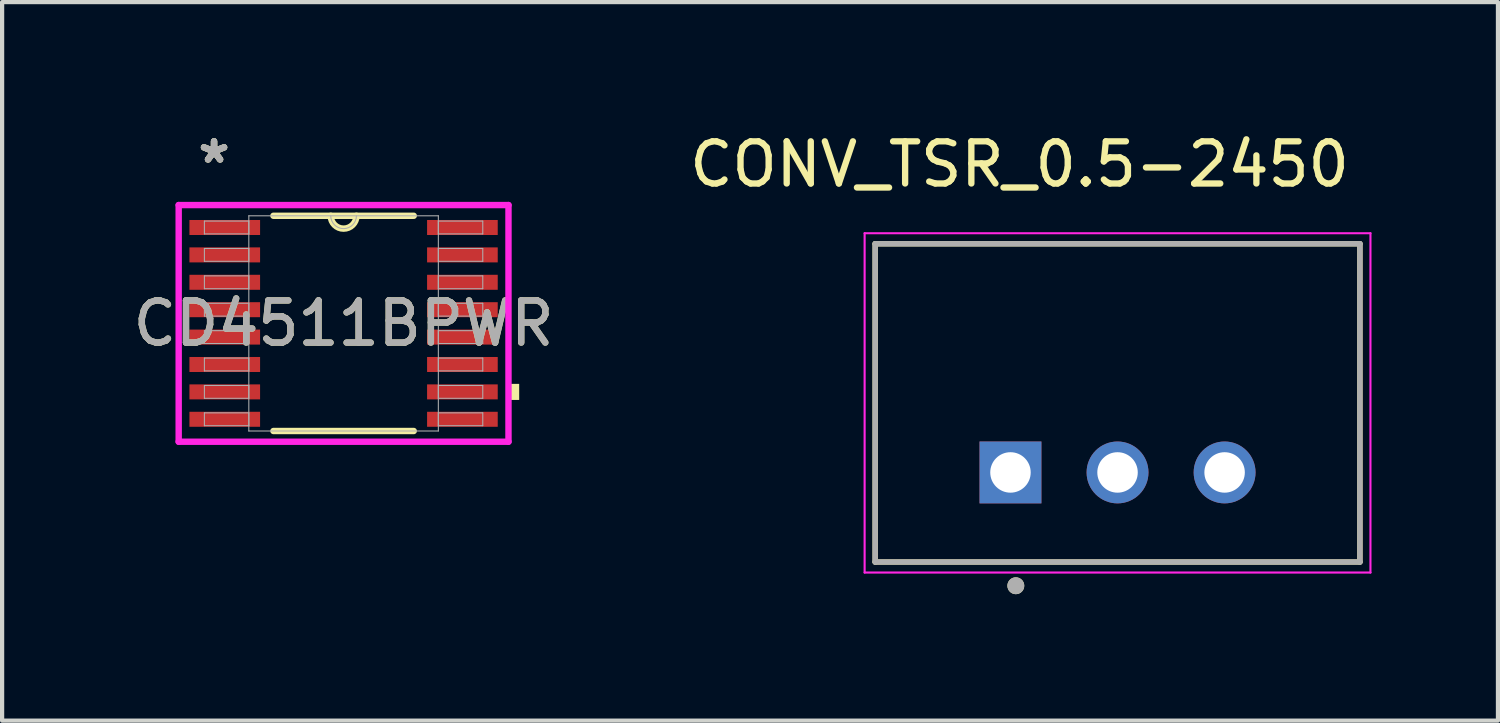
<source format=kicad_pcb>
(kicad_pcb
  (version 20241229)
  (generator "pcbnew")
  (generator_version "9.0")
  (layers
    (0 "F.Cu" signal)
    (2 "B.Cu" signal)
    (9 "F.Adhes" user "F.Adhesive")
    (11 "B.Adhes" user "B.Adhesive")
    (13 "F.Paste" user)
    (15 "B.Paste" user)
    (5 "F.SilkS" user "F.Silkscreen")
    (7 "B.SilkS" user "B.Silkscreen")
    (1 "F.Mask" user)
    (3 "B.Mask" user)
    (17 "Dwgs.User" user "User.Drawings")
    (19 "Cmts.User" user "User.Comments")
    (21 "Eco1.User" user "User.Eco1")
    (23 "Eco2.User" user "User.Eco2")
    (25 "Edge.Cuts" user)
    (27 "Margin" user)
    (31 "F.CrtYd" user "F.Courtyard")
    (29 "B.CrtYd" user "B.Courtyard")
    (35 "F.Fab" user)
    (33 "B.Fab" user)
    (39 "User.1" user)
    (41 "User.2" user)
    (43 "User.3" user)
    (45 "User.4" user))
  (footprint "CD4511BPWR"
    (layer "F.Cu")
    (at 5.101 4.622)
    (property "Reference" "CD4511BPWR" (at 0 0 0) (unlocked yes) (layer "F.SilkS") (effects (font (size 1 1) (thickness 0.15))))
    (attr smd)
    (fp_line (start -1.664 2.553) (end 1.664 2.553) (stroke (width 0.152) (type solid)) (layer "F.SilkS"))
    (fp_line (start 1.664 -2.553) (end -1.664 -2.553) (stroke (width 0.152) (type solid)) (layer "F.SilkS"))
    (fp_arc (start 0.3048 -2.5527) (mid 0 -2.2479) (end -0.3048 -2.5527) (stroke (width 0.1524) (type solid)) (layer "F.SilkS"))
    (fp_poly (pts (xy 4.166 1.435) (xy 4.166 1.816) (xy 3.912 1.816) (xy 3.912 1.435)) (stroke (width 0) (type solid)) (fill yes) (layer "F.SilkS"))
    (fp_line (start -3.912 -2.807) (end 3.912 -2.807) (stroke (width 0.152) (type solid)) (layer "F.CrtYd"))
    (fp_line (start -3.912 2.807) (end -3.912 -2.807) (stroke (width 0.152) (type solid)) (layer "F.CrtYd"))
    (fp_line (start 3.912 -2.807) (end 3.912 2.807) (stroke (width 0.152) (type solid)) (layer "F.CrtYd"))
    (fp_line (start 3.912 2.807) (end -3.912 2.807) (stroke (width 0.152) (type solid)) (layer "F.CrtYd"))
    (fp_line (start -3.302 -2.427) (end -3.302 -2.123) (stroke (width 0.025) (type solid)) (layer "F.Fab"))
    (fp_line (start -3.302 -2.123) (end -2.248 -2.123) (stroke (width 0.025) (type solid)) (layer "F.Fab"))
    (fp_line (start -3.302 -1.777) (end -3.302 -1.473) (stroke (width 0.025) (type solid)) (layer "F.Fab"))
    (fp_line (start -3.302 -1.473) (end -2.248 -1.473) (stroke (width 0.025) (type solid)) (layer "F.Fab"))
    (fp_line (start -3.302 -1.127) (end -3.302 -0.823) (stroke (width 0.025) (type solid)) (layer "F.Fab"))
    (fp_line (start -3.302 -0.823) (end -2.248 -0.823) (stroke (width 0.025) (type solid)) (layer "F.Fab"))
    (fp_line (start -3.302 -0.477) (end -3.302 -0.173) (stroke (width 0.025) (type solid)) (layer "F.Fab"))
    (fp_line (start -3.302 -0.173) (end -2.248 -0.173) (stroke (width 0.025) (type solid)) (layer "F.Fab"))
    (fp_line (start -3.302 0.173) (end -3.302 0.477) (stroke (width 0.025) (type solid)) (layer "F.Fab"))
    (fp_line (start -3.302 0.477) (end -2.248 0.477) (stroke (width 0.025) (type solid)) (layer "F.Fab"))
    (fp_line (start -3.302 0.823) (end -3.302 1.127) (stroke (width 0.025) (type solid)) (layer "F.Fab"))
    (fp_line (start -3.302 1.127) (end -2.248 1.127) (stroke (width 0.025) (type solid)) (layer "F.Fab"))
    (fp_line (start -3.302 1.473) (end -3.302 1.777) (stroke (width 0.025) (type solid)) (layer "F.Fab"))
    (fp_line (start -3.302 1.777) (end -2.248 1.777) (stroke (width 0.025) (type solid)) (layer "F.Fab"))
    (fp_line (start -3.302 2.123) (end -3.302 2.427) (stroke (width 0.025) (type solid)) (layer "F.Fab"))
    (fp_line (start -3.302 2.427) (end -2.248 2.427) (stroke (width 0.025) (type solid)) (layer "F.Fab"))
    (fp_line (start -2.248 -2.553) (end -2.248 2.553) (stroke (width 0.025) (type solid)) (layer "F.Fab"))
    (fp_line (start -2.248 -2.427) (end -3.302 -2.427) (stroke (width 0.025) (type solid)) (layer "F.Fab"))
    (fp_line (start -2.248 -2.123) (end -2.248 -2.427) (stroke (width 0.025) (type solid)) (layer "F.Fab"))
    (fp_line (start -2.248 -1.777) (end -3.302 -1.777) (stroke (width 0.025) (type solid)) (layer "F.Fab"))
    (fp_line (start -2.248 -1.473) (end -2.248 -1.777) (stroke (width 0.025) (type solid)) (layer "F.Fab"))
    (fp_line (start -2.248 -1.127) (end -3.302 -1.127) (stroke (width 0.025) (type solid)) (layer "F.Fab"))
    (fp_line (start -2.248 -0.823) (end -2.248 -1.127) (stroke (width 0.025) (type solid)) (layer "F.Fab"))
    (fp_line (start -2.248 -0.477) (end -3.302 -0.477) (stroke (width 0.025) (type solid)) (layer "F.Fab"))
    (fp_line (start -2.248 -0.173) (end -2.248 -0.477) (stroke (width 0.025) (type solid)) (layer "F.Fab"))
    (fp_line (start -2.248 0.173) (end -3.302 0.173) (stroke (width 0.025) (type solid)) (layer "F.Fab"))
    (fp_line (start -2.248 0.477) (end -2.248 0.173) (stroke (width 0.025) (type solid)) (layer "F.Fab"))
    (fp_line (start -2.248 0.823) (end -3.302 0.823) (stroke (width 0.025) (type solid)) (layer "F.Fab"))
    (fp_line (start -2.248 1.127) (end -2.248 0.823) (stroke (width 0.025) (type solid)) (layer "F.Fab"))
    (fp_line (start -2.248 1.473) (end -3.302 1.473) (stroke (width 0.025) (type solid)) (layer "F.Fab"))
    (fp_line (start -2.248 1.777) (end -2.248 1.473) (stroke (width 0.025) (type solid)) (layer "F.Fab"))
    (fp_line (start -2.248 2.123) (end -3.302 2.123) (stroke (width 0.025) (type solid)) (layer "F.Fab"))
    (fp_line (start -2.248 2.427) (end -2.248 2.123) (stroke (width 0.025) (type solid)) (layer "F.Fab"))
    (fp_line (start -2.248 2.553) (end 2.248 2.553) (stroke (width 0.025) (type solid)) (layer "F.Fab"))
    (fp_line (start 2.248 -2.553) (end -2.248 -2.553) (stroke (width 0.025) (type solid)) (layer "F.Fab"))
    (fp_line (start 2.248 -2.427) (end 2.248 -2.123) (stroke (width 0.025) (type solid)) (layer "F.Fab"))
    (fp_line (start 2.248 -2.123) (end 3.302 -2.123) (stroke (width 0.025) (type solid)) (layer "F.Fab"))
    (fp_line (start 2.248 -1.777) (end 2.248 -1.473) (stroke (width 0.025) (type solid)) (layer "F.Fab"))
    (fp_line (start 2.248 -1.473) (end 3.302 -1.473) (stroke (width 0.025) (type solid)) (layer "F.Fab"))
    (fp_line (start 2.248 -1.127) (end 2.248 -0.823) (stroke (width 0.025) (type solid)) (layer "F.Fab"))
    (fp_line (start 2.248 -0.823) (end 3.302 -0.823) (stroke (width 0.025) (type solid)) (layer "F.Fab"))
    (fp_line (start 2.248 -0.477) (end 2.248 -0.173) (stroke (width 0.025) (type solid)) (layer "F.Fab"))
    (fp_line (start 2.248 -0.173) (end 3.302 -0.173) (stroke (width 0.025) (type solid)) (layer "F.Fab"))
    (fp_line (start 2.248 0.173) (end 2.248 0.477) (stroke (width 0.025) (type solid)) (layer "F.Fab"))
    (fp_line (start 2.248 0.477) (end 3.302 0.477) (stroke (width 0.025) (type solid)) (layer "F.Fab"))
    (fp_line (start 2.248 0.823) (end 2.248 1.127) (stroke (width 0.025) (type solid)) (layer "F.Fab"))
    (fp_line (start 2.248 1.127) (end 3.302 1.127) (stroke (width 0.025) (type solid)) (layer "F.Fab"))
    (fp_line (start 2.248 1.473) (end 2.248 1.777) (stroke (width 0.025) (type solid)) (layer "F.Fab"))
    (fp_line (start 2.248 1.777) (end 3.302 1.777) (stroke (width 0.025) (type solid)) (layer "F.Fab"))
    (fp_line (start 2.248 2.123) (end 2.248 2.427) (stroke (width 0.025) (type solid)) (layer "F.Fab"))
    (fp_line (start 2.248 2.427) (end 3.302 2.427) (stroke (width 0.025) (type solid)) (layer "F.Fab"))
    (fp_line (start 2.248 2.553) (end 2.248 -2.553) (stroke (width 0.025) (type solid)) (layer "F.Fab"))
    (fp_line (start 3.302 -2.427) (end 2.248 -2.427) (stroke (width 0.025) (type solid)) (layer "F.Fab"))
    (fp_line (start 3.302 -2.123) (end 3.302 -2.427) (stroke (width 0.025) (type solid)) (layer "F.Fab"))
    (fp_line (start 3.302 -1.777) (end 2.248 -1.777) (stroke (width 0.025) (type solid)) (layer "F.Fab"))
    (fp_line (start 3.302 -1.473) (end 3.302 -1.777) (stroke (width 0.025) (type solid)) (layer "F.Fab"))
    (fp_line (start 3.302 -1.127) (end 2.248 -1.127) (stroke (width 0.025) (type solid)) (layer "F.Fab"))
    (fp_line (start 3.302 -0.823) (end 3.302 -1.127) (stroke (width 0.025) (type solid)) (layer "F.Fab"))
    (fp_line (start 3.302 -0.477) (end 2.248 -0.477) (stroke (width 0.025) (type solid)) (layer "F.Fab"))
    (fp_line (start 3.302 -0.173) (end 3.302 -0.477) (stroke (width 0.025) (type solid)) (layer "F.Fab"))
    (fp_line (start 3.302 0.173) (end 2.248 0.173) (stroke (width 0.025) (type solid)) (layer "F.Fab"))
    (fp_line (start 3.302 0.477) (end 3.302 0.173) (stroke (width 0.025) (type solid)) (layer "F.Fab"))
    (fp_line (start 3.302 0.823) (end 2.248 0.823) (stroke (width 0.025) (type solid)) (layer "F.Fab"))
    (fp_line (start 3.302 1.127) (end 3.302 0.823) (stroke (width 0.025) (type solid)) (layer "F.Fab"))
    (fp_line (start 3.302 1.473) (end 2.248 1.473) (stroke (width 0.025) (type solid)) (layer "F.Fab"))
    (fp_line (start 3.302 1.777) (end 3.302 1.473) (stroke (width 0.025) (type solid)) (layer "F.Fab"))
    (fp_line (start 3.302 2.123) (end 2.248 2.123) (stroke (width 0.025) (type solid)) (layer "F.Fab"))
    (fp_line (start 3.302 2.427) (end 3.302 2.123) (stroke (width 0.025) (type solid)) (layer "F.Fab"))
    (fp_arc (start 0.3048 -2.5527) (mid 0 -2.2479) (end -0.3048 -2.5527) (stroke (width 0.0254) (type solid)) (layer "F.Fab"))
    (fp_text user "*" (at -3.073 -3.774 0) (layer "F.SilkS") (effects (font (size 1 1) (thickness 0.15))))
    (fp_text user "*" (at -3.073 -3.774 0) (unlocked yes) (layer "F.SilkS") (effects (font (size 1 1) (thickness 0.15))))
    (fp_text user "${REFERENCE}" (at 0 0 0) (unlocked yes) (layer "F.Fab") (effects (font (size 1 1) (thickness 0.15))))
    (fp_text user "*" (at -3.073 -3.774 0) (layer "F.Fab") (effects (font (size 1 1) (thickness 0.15))))
    (fp_text user "*" (at -3.073 -3.774 0) (unlocked yes) (layer "F.Fab") (effects (font (size 1 1) (thickness 0.15))))
    (pad "1" smd rect (at -2.819 -2.275) (size 1.676 0.356) (layers "F.Cu" "F.Mask" "F.Paste"))
    (pad "2" smd rect (at -2.819 -1.625) (size 1.676 0.356) (layers "F.Cu" "F.Mask" "F.Paste"))
    (pad "3" smd rect (at -2.819 -0.975) (size 1.676 0.356) (layers "F.Cu" "F.Mask" "F.Paste"))
    (pad "4" smd rect (at -2.819 -0.325) (size 1.676 0.356) (layers "F.Cu" "F.Mask" "F.Paste"))
    (pad "5" smd rect (at -2.819 0.325) (size 1.676 0.356) (layers "F.Cu" "F.Mask" "F.Paste"))
    (pad "6" smd rect (at -2.819 0.975) (size 1.676 0.356) (layers "F.Cu" "F.Mask" "F.Paste"))
    (pad "7" smd rect (at -2.819 1.625) (size 1.676 0.356) (layers "F.Cu" "F.Mask" "F.Paste"))
    (pad "8" smd rect (at -2.819 2.275) (size 1.676 0.356) (layers "F.Cu" "F.Mask" "F.Paste"))
    (pad "9" smd rect (at 2.819 2.275) (size 1.676 0.356) (layers "F.Cu" "F.Mask" "F.Paste"))
    (pad "10" smd rect (at 2.819 1.625) (size 1.676 0.356) (layers "F.Cu" "F.Mask" "F.Paste"))
    (pad "11" smd rect (at 2.819 0.975) (size 1.676 0.356) (layers "F.Cu" "F.Mask" "F.Paste"))
    (pad "12" smd rect (at 2.819 0.325) (size 1.676 0.356) (layers "F.Cu" "F.Mask" "F.Paste"))
    (pad "13" smd rect (at 2.819 -0.325) (size 1.676 0.356) (layers "F.Cu" "F.Mask" "F.Paste"))
    (pad "14" smd rect (at 2.819 -0.975) (size 1.676 0.356) (layers "F.Cu" "F.Mask" "F.Paste"))
    (pad "15" smd rect (at 2.819 -1.625) (size 1.676 0.356) (layers "F.Cu" "F.Mask" "F.Paste"))
    (pad "16" smd rect (at 2.819 -2.275) (size 1.676 0.356) (layers "F.Cu" "F.Mask" "F.Paste")))
  (footprint "CONV_TSR_0.5-2450"
    (layer "F.Cu")
    (at 23.462 6.508)
    (property "Reference" "CONV_TSR_0.5-2450" (at -2.325 -5.66 0) (layer "F.SilkS") (effects (font (size 1 1) (thickness 0.15))))
    (attr through_hole)
    (fp_line (start -5.75 -3.775) (end 5.75 -3.775) (stroke (width 0.127) (type solid)) (layer "F.SilkS"))
    (fp_line (start -5.75 3.775) (end -5.75 -3.775) (stroke (width 0.127) (type solid)) (layer "F.SilkS"))
    (fp_line (start 5.75 -3.775) (end 5.75 3.775) (stroke (width 0.127) (type solid)) (layer "F.SilkS"))
    (fp_line (start 5.75 3.775) (end -5.75 3.775) (stroke (width 0.127) (type solid)) (layer "F.SilkS"))
    (fp_circle (center -2.413 4.338) (end -2.313 4.338) (stroke (width 0.2) (type solid)) (fill no) (layer "F.SilkS"))
    (fp_line (start -6 -4.025) (end -6 4.025) (stroke (width 0.05) (type solid)) (layer "F.CrtYd"))
    (fp_line (start -6 4.025) (end 6 4.025) (stroke (width 0.05) (type solid)) (layer "F.CrtYd"))
    (fp_line (start 6 -4.025) (end -6 -4.025) (stroke (width 0.05) (type solid)) (layer "F.CrtYd"))
    (fp_line (start 6 4.025) (end 6 -4.025) (stroke (width 0.05) (type solid)) (layer "F.CrtYd"))
    (fp_line (start -5.75 -3.775) (end 5.75 -3.775) (stroke (width 0.127) (type solid)) (layer "F.Fab"))
    (fp_line (start -5.75 3.775) (end -5.75 -3.775) (stroke (width 0.127) (type solid)) (layer "F.Fab"))
    (fp_line (start 5.75 -3.775) (end 5.75 3.775) (stroke (width 0.127) (type solid)) (layer "F.Fab"))
    (fp_line (start 5.75 3.775) (end -5.75 3.775) (stroke (width 0.127) (type solid)) (layer "F.Fab"))
    (fp_circle (center -2.413 4.338) (end -2.313 4.338) (stroke (width 0.2) (type solid)) (fill no) (layer "F.Fab"))
    (pad "1" thru_hole rect (at -2.54 1.65) (size 1.468 1.468) (drill 0.96) (layers "*.Cu" "*.Mask"))
    (pad "2" thru_hole circle (at 0 1.65) (size 1.468 1.468) (drill 0.96) (layers "*.Cu" "*.Mask"))
    (pad "3" thru_hole circle (at 2.54 1.65) (size 1.468 1.468) (drill 0.96) (layers "*.Cu" "*.Mask")))
  (gr_rect
    (start -3 -3)
    (end 32.487 14.046)
    (stroke (width 0.1) (type default))
    (fill no)
    (layer "Edge.Cuts")))
</source>
